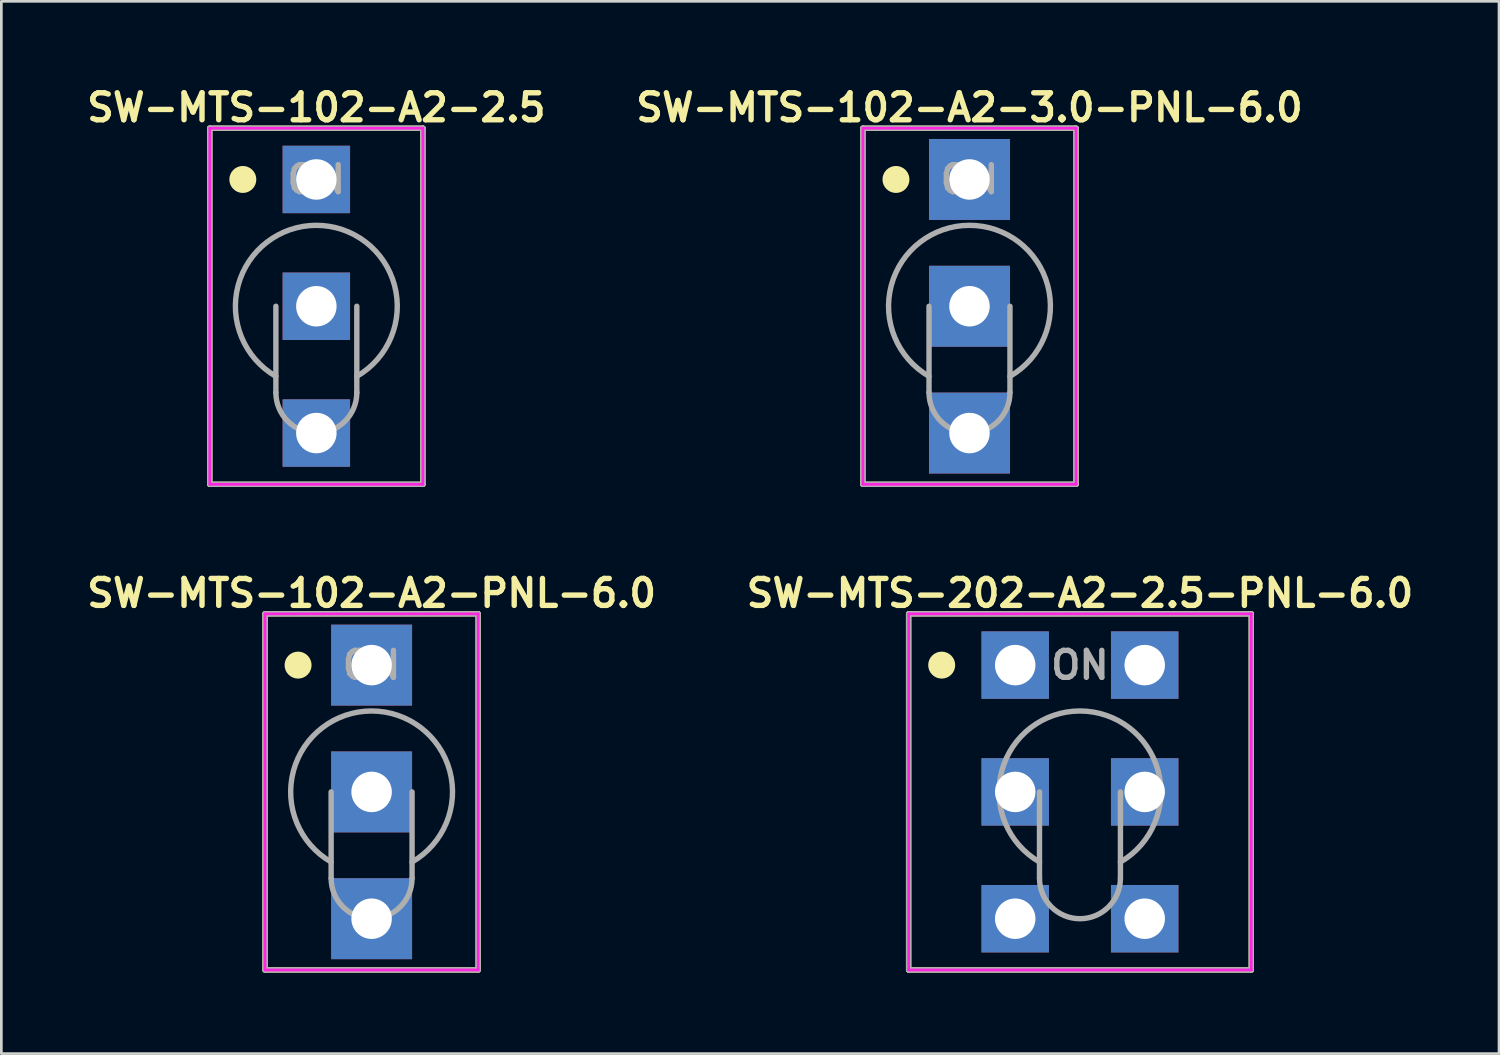
<source format=kicad_pcb>
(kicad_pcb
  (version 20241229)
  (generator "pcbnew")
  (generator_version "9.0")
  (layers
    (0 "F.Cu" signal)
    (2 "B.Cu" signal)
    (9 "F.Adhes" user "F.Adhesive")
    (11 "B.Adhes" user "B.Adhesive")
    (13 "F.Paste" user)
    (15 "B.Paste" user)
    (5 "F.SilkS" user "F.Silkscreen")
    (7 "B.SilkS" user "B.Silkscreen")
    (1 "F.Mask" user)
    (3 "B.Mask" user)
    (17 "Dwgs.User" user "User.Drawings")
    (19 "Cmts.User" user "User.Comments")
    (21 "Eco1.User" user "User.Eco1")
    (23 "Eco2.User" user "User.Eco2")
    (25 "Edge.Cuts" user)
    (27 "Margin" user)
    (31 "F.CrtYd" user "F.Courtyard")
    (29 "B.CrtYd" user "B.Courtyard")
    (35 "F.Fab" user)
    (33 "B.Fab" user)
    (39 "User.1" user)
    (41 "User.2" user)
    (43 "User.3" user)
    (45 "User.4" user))
  (footprint "SW-MTS-102-A2-PNL-6.0"
    (layer "F.Cu")
    (at 10.724 26.304)
    (property "Reference" "SW-MTS-102-A2-PNL-6.0" (at 0 -7.366 0) (layer "F.SilkS") (effects (font (size 1 1) (thickness 0.2))))
    (attr through_hole)
    (fp_line (start -3.95 -6.6) (end -3.95 6.6) (stroke (width 0.2) (type solid)) (layer "F.SilkS"))
    (fp_line (start -3.95 -6.6) (end 3.95 -6.6) (stroke (width 0.2) (type solid)) (layer "F.SilkS"))
    (fp_line (start -3.95 6.6) (end 3.95 6.6) (stroke (width 0.2) (type solid)) (layer "F.SilkS"))
    (fp_line (start 3.95 -6.6) (end 3.95 6.6) (stroke (width 0.2) (type solid)) (layer "F.SilkS"))
    (fp_circle (center -2.725 -4.7) (end -2.475 -4.7) (stroke (width 0.5) (type solid)) (fill no) (layer "F.SilkS"))
    (fp_circle (center 0 0) (end 3 0) (stroke (width 0.4) (type solid)) (fill no) (layer "Eco1.User"))
    (fp_line (start -3.95 -6.6) (end -3.95 6.6) (stroke (width 0.1) (type solid)) (layer "F.CrtYd"))
    (fp_line (start -3.95 -6.6) (end 3.95 -6.6) (stroke (width 0.1) (type solid)) (layer "F.CrtYd"))
    (fp_line (start -3.95 6.6) (end 3.95 6.6) (stroke (width 0.1) (type solid)) (layer "F.CrtYd"))
    (fp_line (start 3.95 -6.6) (end 3.95 6.6) (stroke (width 0.1) (type solid)) (layer "F.CrtYd"))
    (fp_line (start -3.95 -6.6) (end -3.95 6.6) (stroke (width 0.2) (type solid)) (layer "F.Fab"))
    (fp_line (start -3.95 -6.6) (end 3.95 -6.6) (stroke (width 0.2) (type solid)) (layer "F.Fab"))
    (fp_line (start -3.95 6.6) (end 3.95 6.6) (stroke (width 0.2) (type solid)) (layer "F.Fab"))
    (fp_line (start -1.5 0) (end -1.5 3.2) (stroke (width 0.2) (type solid)) (layer "F.Fab"))
    (fp_line (start 1.5 0) (end 1.5 3.2) (stroke (width 0.2) (type solid)) (layer "F.Fab"))
    (fp_line (start 3.95 -6.6) (end 3.95 6.6) (stroke (width 0.2) (type solid)) (layer "F.Fab"))
    (fp_arc (start -1.5 2.598076) (mid 0 -3) (end 1.5 2.598076) (stroke (width 0.2) (type solid)) (layer "F.Fab"))
    (fp_arc (start 1.5 3.2) (mid 0 4.7) (end -1.5 3.2) (stroke (width 0.2) (type solid)) (layer "F.Fab"))
    (fp_text user "ON" (at 0 -4.7 0) (layer "F.Fab") (effects (font (size 1 1) (thickness 0.2))))
    (pad "COM" thru_hole rect (at 0 0) (size 3 3) (drill 1.5) (layers "*.Cu" "*.Mask"))
    (pad "NC" thru_hole rect (at 0 -4.7) (size 3 3) (drill 1.5) (layers "*.Cu" "*.Mask"))
    (pad "NO" thru_hole rect (at 0 4.7) (size 3 3) (drill 1.5) (layers "*.Cu" "*.Mask")))
  (footprint "SW-MTS-202-A2-2.5-PNL-6.0"
    (layer "F.Cu")
    (at 36.981 26.304)
    (property "Reference" "SW-MTS-202-A2-2.5-PNL-6.0" (at 0 -7.366 0) (layer "F.SilkS") (effects (font (size 1 1) (thickness 0.2))))
    (attr through_hole)
    (fp_line (start -6.35 -6.6) (end -6.35 6.6) (stroke (width 0.2) (type solid)) (layer "F.SilkS"))
    (fp_line (start -6.35 -6.6) (end 6.35 -6.6) (stroke (width 0.2) (type solid)) (layer "F.SilkS"))
    (fp_line (start -6.35 6.6) (end 6.35 6.6) (stroke (width 0.2) (type solid)) (layer "F.SilkS"))
    (fp_line (start 6.35 -6.6) (end 6.35 6.6) (stroke (width 0.2) (type solid)) (layer "F.SilkS"))
    (fp_circle (center -5.125 -4.7) (end -4.875 -4.7) (stroke (width 0.5) (type solid)) (fill no) (layer "F.SilkS"))
    (fp_circle (center 0 0) (end 3 0) (stroke (width 0.4) (type solid)) (fill no) (layer "Eco1.User"))
    (fp_line (start -6.35 -6.6) (end -6.35 6.6) (stroke (width 0.1) (type solid)) (layer "F.CrtYd"))
    (fp_line (start -6.35 -6.6) (end 6.35 -6.6) (stroke (width 0.1) (type solid)) (layer "F.CrtYd"))
    (fp_line (start -6.35 6.6) (end 6.35 6.6) (stroke (width 0.1) (type solid)) (layer "F.CrtYd"))
    (fp_line (start 6.35 -6.6) (end 6.35 6.6) (stroke (width 0.1) (type solid)) (layer "F.CrtYd"))
    (fp_line (start -6.35 -6.6) (end -6.35 6.6) (stroke (width 0.2) (type solid)) (layer "F.Fab"))
    (fp_line (start -6.35 -6.6) (end 6.35 -6.6) (stroke (width 0.2) (type solid)) (layer "F.Fab"))
    (fp_line (start -6.35 6.6) (end 6.35 6.6) (stroke (width 0.2) (type solid)) (layer "F.Fab"))
    (fp_line (start -1.5 0) (end -1.5 3.2) (stroke (width 0.2) (type solid)) (layer "F.Fab"))
    (fp_line (start 1.5 0) (end 1.5 3.2) (stroke (width 0.2) (type solid)) (layer "F.Fab"))
    (fp_line (start 6.35 -6.6) (end 6.35 6.6) (stroke (width 0.2) (type solid)) (layer "F.Fab"))
    (fp_arc (start -1.5 2.598076) (mid 0 -3) (end 1.5 2.598076) (stroke (width 0.2) (type solid)) (layer "F.Fab"))
    (fp_arc (start 1.5 3.2) (mid 0 4.7) (end -1.5 3.2) (stroke (width 0.2) (type solid)) (layer "F.Fab"))
    (fp_text user "ON" (at 0 -4.7 0) (layer "F.Fab") (effects (font (size 1 1) (thickness 0.2))))
    (pad "COM1" thru_hole rect (at -2.4 0) (size 2.5 2.5) (drill 1.5) (layers "*.Cu" "*.Mask"))
    (pad "COM2" thru_hole rect (at 2.4 0) (size 2.5 2.5) (drill 1.5) (layers "*.Cu" "*.Mask"))
    (pad "NC1" thru_hole rect (at -2.4 -4.7) (size 2.5 2.5) (drill 1.5) (layers "*.Cu" "*.Mask"))
    (pad "NC2" thru_hole rect (at 2.4 -4.7) (size 2.5 2.5) (drill 1.5) (layers "*.Cu" "*.Mask"))
    (pad "NO1" thru_hole rect (at -2.4 4.7) (size 2.5 2.5) (drill 1.5) (layers "*.Cu" "*.Mask"))
    (pad "NO2" thru_hole rect (at 2.4 4.7) (size 2.5 2.5) (drill 1.5) (layers "*.Cu" "*.Mask")))
  (footprint "SW-MTS-102-A2-2.5"
    (layer "F.Cu")
    (at 8.676 8.302)
    (property "Reference" "SW-MTS-102-A2-2.5" (at 0 -7.366 0) (layer "F.SilkS") (effects (font (size 1 1) (thickness 0.2))))
    (attr through_hole)
    (fp_line (start -3.95 -6.6) (end -3.95 6.6) (stroke (width 0.2) (type solid)) (layer "F.SilkS"))
    (fp_line (start -3.95 -6.6) (end 3.95 -6.6) (stroke (width 0.2) (type solid)) (layer "F.SilkS"))
    (fp_line (start -3.95 6.6) (end 3.95 6.6) (stroke (width 0.2) (type solid)) (layer "F.SilkS"))
    (fp_line (start 3.95 -6.6) (end 3.95 6.6) (stroke (width 0.2) (type solid)) (layer "F.SilkS"))
    (fp_circle (center -2.725 -4.7) (end -2.475 -4.7) (stroke (width 0.5) (type solid)) (fill no) (layer "F.SilkS"))
    (fp_line (start -3.95 -6.6) (end -3.95 6.6) (stroke (width 0.1) (type solid)) (layer "F.CrtYd"))
    (fp_line (start -3.95 -6.6) (end 3.95 -6.6) (stroke (width 0.1) (type solid)) (layer "F.CrtYd"))
    (fp_line (start -3.95 6.6) (end 3.95 6.6) (stroke (width 0.1) (type solid)) (layer "F.CrtYd"))
    (fp_line (start 3.95 -6.6) (end 3.95 6.6) (stroke (width 0.1) (type solid)) (layer "F.CrtYd"))
    (fp_line (start -3.95 -6.6) (end -3.95 6.6) (stroke (width 0.2) (type solid)) (layer "F.Fab"))
    (fp_line (start -3.95 -6.6) (end 3.95 -6.6) (stroke (width 0.2) (type solid)) (layer "F.Fab"))
    (fp_line (start -3.95 6.6) (end 3.95 6.6) (stroke (width 0.2) (type solid)) (layer "F.Fab"))
    (fp_line (start -1.5 0) (end -1.5 3.2) (stroke (width 0.2) (type solid)) (layer "F.Fab"))
    (fp_line (start 1.5 0) (end 1.5 3.2) (stroke (width 0.2) (type solid)) (layer "F.Fab"))
    (fp_line (start 3.95 -6.6) (end 3.95 6.6) (stroke (width 0.2) (type solid)) (layer "F.Fab"))
    (fp_arc (start -1.5 2.598076) (mid 0 -3) (end 1.5 2.598076) (stroke (width 0.2) (type solid)) (layer "F.Fab"))
    (fp_arc (start 1.5 3.2) (mid 0 4.7) (end -1.5 3.2) (stroke (width 0.2) (type solid)) (layer "F.Fab"))
    (fp_text user "ON" (at 0 -4.7 0) (layer "F.Fab") (effects (font (size 1 1) (thickness 0.2))))
    (pad "COM" thru_hole rect (at 0 0) (size 2.5 2.5) (drill 1.5) (layers "*.Cu" "*.Mask"))
    (pad "NC" thru_hole rect (at 0 -4.7) (size 2.5 2.5) (drill 1.5) (layers "*.Cu" "*.Mask"))
    (pad "NO" thru_hole rect (at 0 4.7) (size 2.5 2.5) (drill 1.5) (layers "*.Cu" "*.Mask")))
  (footprint "SW-MTS-102-A2-3.0-PNL-6.0"
    (layer "F.Cu")
    (at 32.886 8.302)
    (property "Reference" "SW-MTS-102-A2-3.0-PNL-6.0" (at 0 -7.366 0) (layer "F.SilkS") (effects (font (size 1 1) (thickness 0.2))))
    (attr through_hole)
    (fp_line (start -3.95 -6.6) (end -3.95 6.6) (stroke (width 0.2) (type solid)) (layer "F.SilkS"))
    (fp_line (start -3.95 -6.6) (end 3.95 -6.6) (stroke (width 0.2) (type solid)) (layer "F.SilkS"))
    (fp_line (start -3.95 6.6) (end 3.95 6.6) (stroke (width 0.2) (type solid)) (layer "F.SilkS"))
    (fp_line (start 3.95 -6.6) (end 3.95 6.6) (stroke (width 0.2) (type solid)) (layer "F.SilkS"))
    (fp_circle (center -2.725 -4.7) (end -2.475 -4.7) (stroke (width 0.5) (type solid)) (fill no) (layer "F.SilkS"))
    (fp_circle (center 0 0) (end 3 0) (stroke (width 0.4) (type solid)) (fill no) (layer "Eco1.User"))
    (fp_line (start -3.95 -6.6) (end -3.95 6.6) (stroke (width 0.1) (type solid)) (layer "F.CrtYd"))
    (fp_line (start -3.95 -6.6) (end 3.95 -6.6) (stroke (width 0.1) (type solid)) (layer "F.CrtYd"))
    (fp_line (start -3.95 6.6) (end 3.95 6.6) (stroke (width 0.1) (type solid)) (layer "F.CrtYd"))
    (fp_line (start 3.95 -6.6) (end 3.95 6.6) (stroke (width 0.1) (type solid)) (layer "F.CrtYd"))
    (fp_line (start -3.95 -6.6) (end -3.95 6.6) (stroke (width 0.2) (type solid)) (layer "F.Fab"))
    (fp_line (start -3.95 -6.6) (end 3.95 -6.6) (stroke (width 0.2) (type solid)) (layer "F.Fab"))
    (fp_line (start -3.95 6.6) (end 3.95 6.6) (stroke (width 0.2) (type solid)) (layer "F.Fab"))
    (fp_line (start -1.5 0) (end -1.5 3.2) (stroke (width 0.2) (type solid)) (layer "F.Fab"))
    (fp_line (start 1.5 0) (end 1.5 3.2) (stroke (width 0.2) (type solid)) (layer "F.Fab"))
    (fp_line (start 3.95 -6.6) (end 3.95 6.6) (stroke (width 0.2) (type solid)) (layer "F.Fab"))
    (fp_arc (start -1.5 2.598076) (mid 0 -3) (end 1.5 2.598076) (stroke (width 0.2) (type solid)) (layer "F.Fab"))
    (fp_arc (start 1.5 3.2) (mid 0 4.7) (end -1.5 3.2) (stroke (width 0.2) (type solid)) (layer "F.Fab"))
    (fp_text user "ON" (at 0 -4.7 0) (layer "F.Fab") (effects (font (size 1 1) (thickness 0.2))))
    (pad "COM" thru_hole rect (at 0 0) (size 3 3) (drill 1.5) (layers "*.Cu" "*.Mask"))
    (pad "NC" thru_hole rect (at 0 -4.7) (size 3 3) (drill 1.5) (layers "*.Cu" "*.Mask"))
    (pad "NO" thru_hole rect (at 0 4.7) (size 3 3) (drill 1.5) (layers "*.Cu" "*.Mask")))
  (gr_rect
    (start -3 -3)
    (end 52.514 36.004)
    (stroke (width 0.1) (type default))
    (fill no)
    (layer "Edge.Cuts")))
</source>
